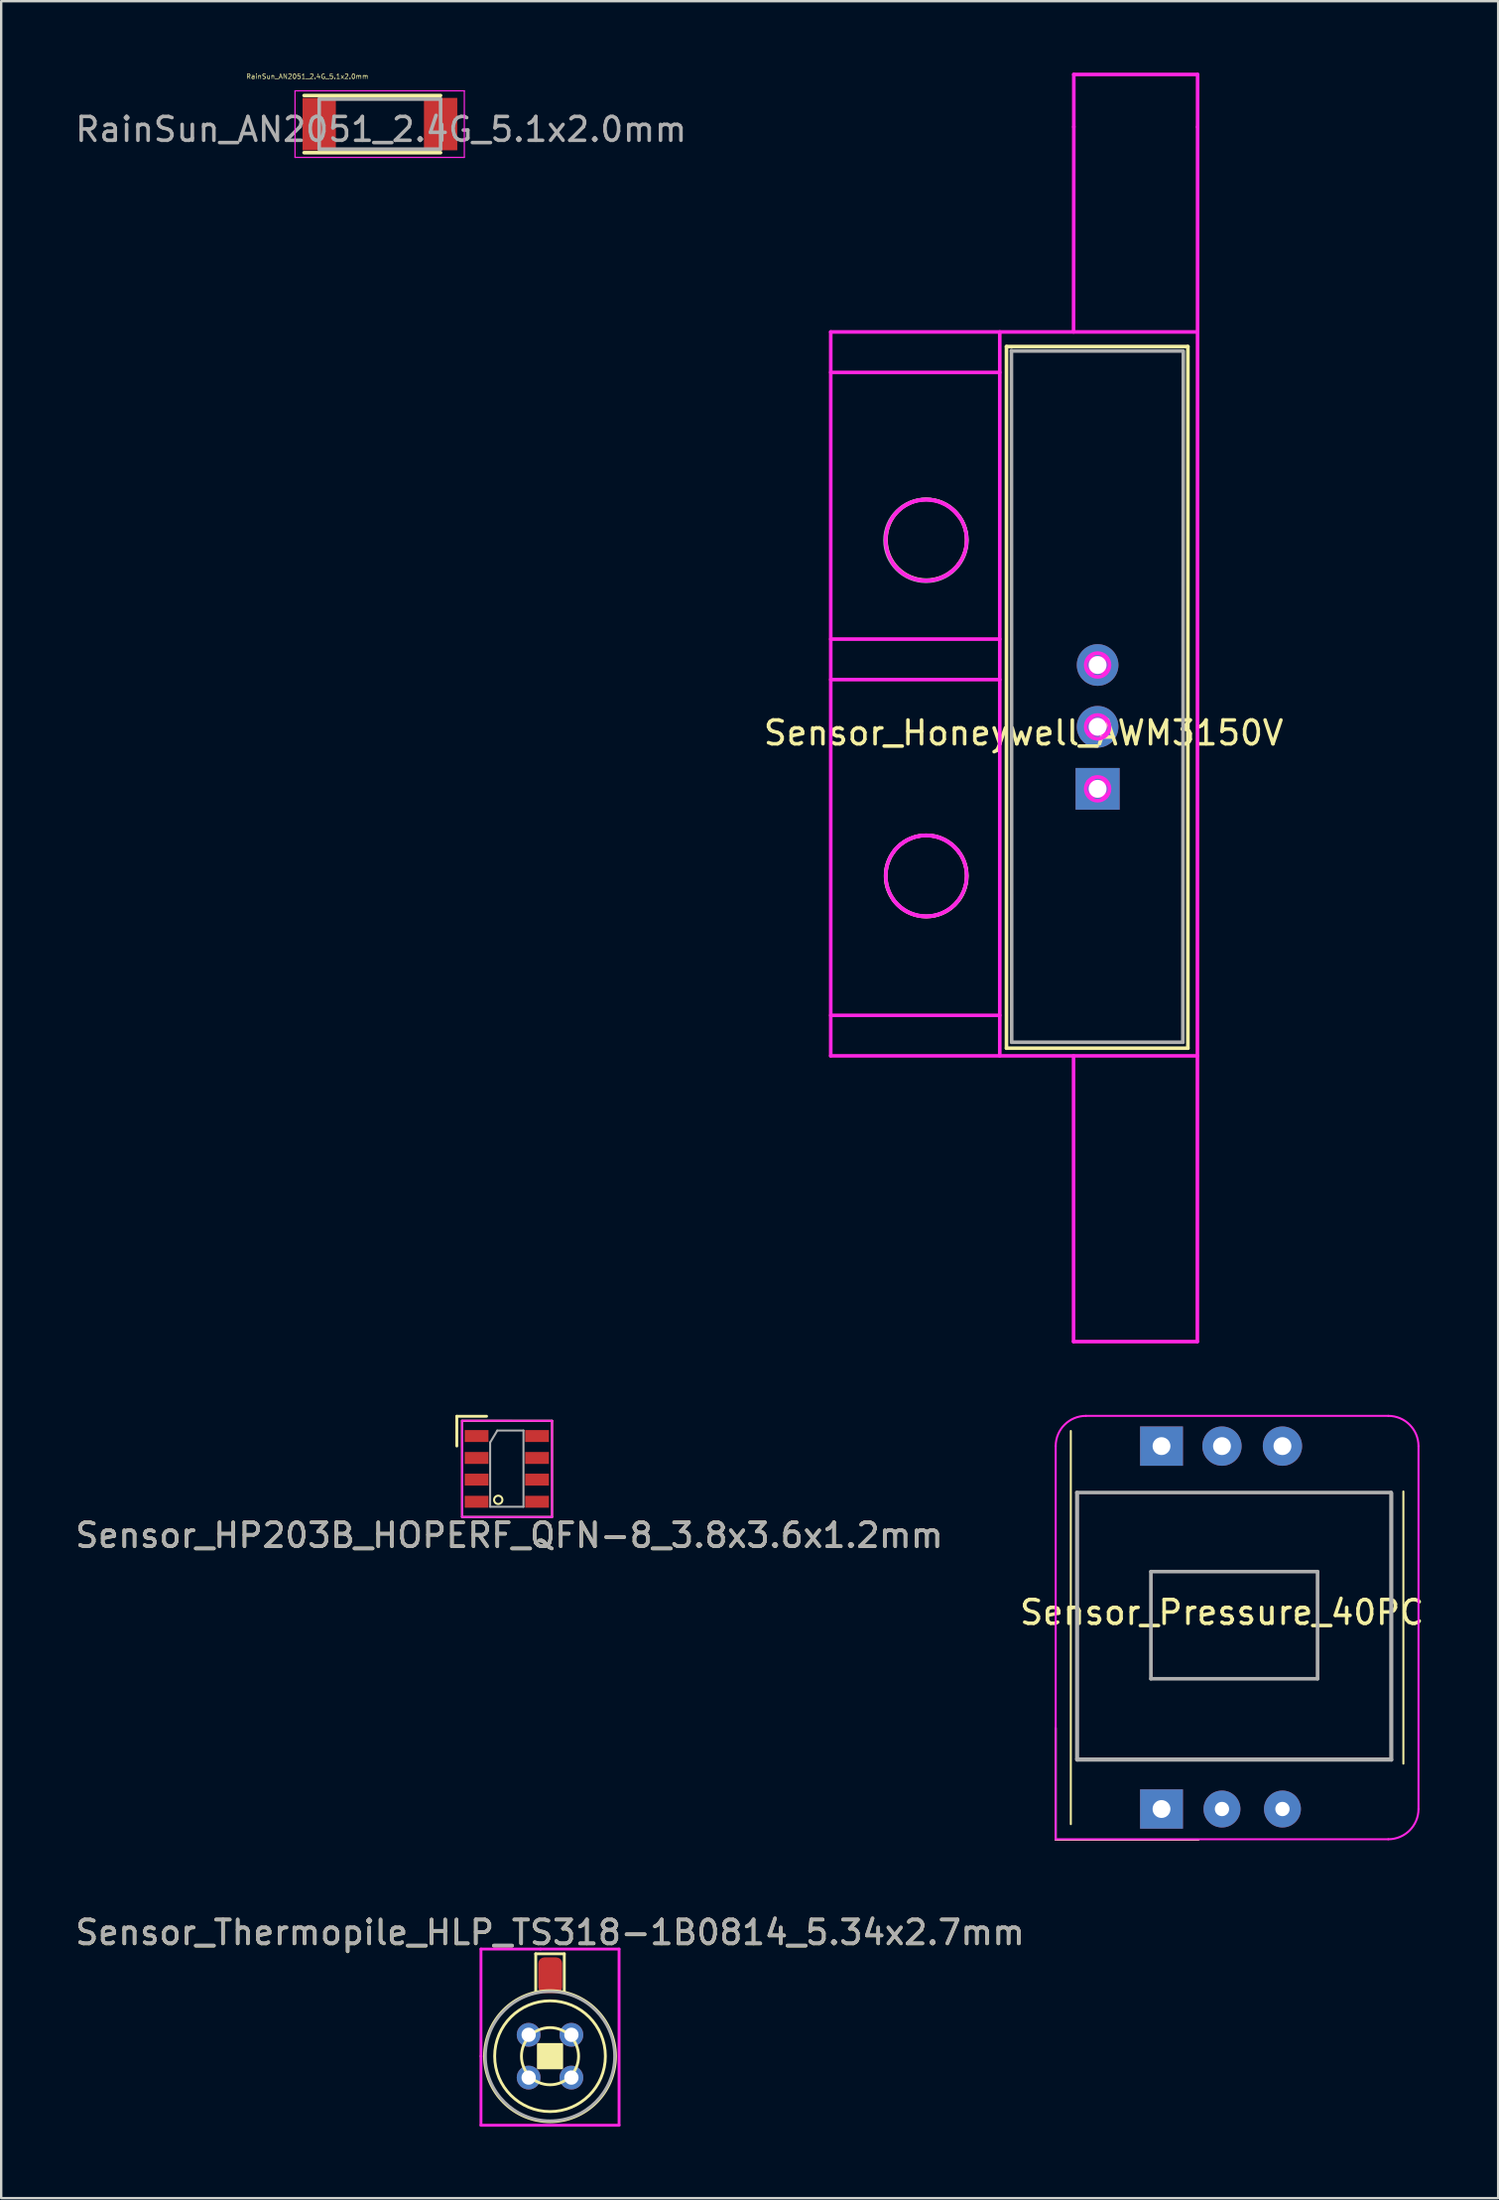
<source format=kicad_pcb>
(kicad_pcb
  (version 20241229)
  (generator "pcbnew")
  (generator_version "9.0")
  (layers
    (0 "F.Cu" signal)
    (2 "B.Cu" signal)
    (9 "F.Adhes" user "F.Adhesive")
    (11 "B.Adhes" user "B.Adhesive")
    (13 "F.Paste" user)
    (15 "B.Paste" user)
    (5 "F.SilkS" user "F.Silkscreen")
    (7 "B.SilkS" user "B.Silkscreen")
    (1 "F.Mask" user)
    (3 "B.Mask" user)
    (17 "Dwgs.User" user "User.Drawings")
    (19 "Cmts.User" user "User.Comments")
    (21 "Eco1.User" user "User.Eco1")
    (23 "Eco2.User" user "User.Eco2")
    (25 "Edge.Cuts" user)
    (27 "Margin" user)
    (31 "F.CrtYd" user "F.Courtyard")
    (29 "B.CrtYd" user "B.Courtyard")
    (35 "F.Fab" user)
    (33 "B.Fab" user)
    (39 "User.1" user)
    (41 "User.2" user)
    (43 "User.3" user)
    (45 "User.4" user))
  (footprint "Sensor_Thermopile_HLP_TS318-1B0814_5.34x2.7mm"
    (layer "F.Cu")
    (at 20.054 83.298)
    (property "Reference" "Sensor_Thermopile_HLP_TS318-1B0814_5.34x2.7mm" (at 0 -5.19 0) (layer "F.SilkS") (effects (font (size 1 1) (thickness 0.15))))
    (attr through_hole)
    (fp_line (start -0.6 -4.3) (end 0.6 -4.3) (stroke (width 0.12) (type solid)) (layer "F.SilkS"))
    (fp_line (start -0.6 -2.7) (end -0.6 -4.3) (stroke (width 0.12) (type solid)) (layer "F.SilkS"))
    (fp_line (start 0.6 -4.3) (end 0.6 -2.7) (stroke (width 0.12) (type solid)) (layer "F.SilkS"))
    (fp_circle (center 0 0) (end 1.2 0) (stroke (width 0.12) (type solid)) (fill no) (layer "F.SilkS"))
    (fp_circle (center 0 0) (end 2.325 0) (stroke (width 0.12) (type solid)) (fill no) (layer "F.SilkS"))
    (fp_circle (center 0 0) (end 2.75 0) (stroke (width 0.12) (type solid)) (fill no) (layer "F.SilkS"))
    (fp_poly (pts (xy -0.5 -0.5) (xy -0.5 0.5) (xy 0.5 0.5) (xy 0.5 -0.5)) (stroke (width 0.1) (type solid)) (fill yes) (layer "F.SilkS"))
    (fp_line (start -2.9 -4.5) (end -2.9 0) (stroke (width 0.12) (type solid)) (layer "F.CrtYd"))
    (fp_line (start -2.9 0) (end -2.9 2.9) (stroke (width 0.12) (type solid)) (layer "F.CrtYd"))
    (fp_line (start -2.9 2.9) (end 2.9 2.9) (stroke (width 0.12) (type solid)) (layer "F.CrtYd"))
    (fp_line (start -0.4 -4.5) (end -2.9 -4.5) (stroke (width 0.12) (type solid)) (layer "F.CrtYd"))
    (fp_line (start 2.9 -4.5) (end -0.4 -4.5) (stroke (width 0.12) (type solid)) (layer "F.CrtYd"))
    (fp_line (start 2.9 2.9) (end 2.9 -4.5) (stroke (width 0.12) (type solid)) (layer "F.CrtYd"))
    (fp_circle (center 0 0) (end 2.715 0) (stroke (width 0.12) (type solid)) (fill no) (layer "F.Fab"))
    (fp_text user "${REFERENCE}" (at 0 -5.2 0) (layer "F.Fab") (effects (font (size 1 1) (thickness 0.15))))
    (pad "1" thru_hole circle (at -0.898 -0.898 315) (size 1 1) (drill 0.6) (layers "*.Cu" "*.Mask"))
    (pad "2" thru_hole circle (at -0.898 0.898 315) (size 1 1) (drill 0.6) (layers "*.Cu" "*.Mask"))
    (pad "3" thru_hole circle (at 0.898 0.898 315) (size 1 1) (drill 0.6) (layers "*.Cu" "*.Mask"))
    (pad "4" thru_hole circle (at 0.898 -0.898 315) (size 1 1) (drill 0.6) (layers "*.Cu" "*.Mask"))
    (pad "MP" smd roundrect (at 0.01 -3.4) (size 1 1.5) (layers "F.Cu" "F.Mask" "F.Paste") (roundrect_rratio 0.25)))
  (footprint "Sensor_Honeywell_AWM3150V"
    (layer "F.Cu")
    (at 39.736 27.759)
    (property "Reference" "Sensor_Honeywell_AWM3150V" (at 0.21 -0.03 0) (layer "F.SilkS") (effects (font (size 1 1) (thickness 0.15))))
    (attr through_hole)
    (fp_line (start -0.508 -16.256) (end 7.112 -16.256) (stroke (width 0.152) (type solid)) (layer "F.SilkS"))
    (fp_line (start -0.508 13.208) (end -0.508 -16.256) (stroke (width 0.152) (type solid)) (layer "F.SilkS"))
    (fp_line (start 7.112 -16.256) (end 7.112 13.208) (stroke (width 0.152) (type solid)) (layer "F.SilkS"))
    (fp_line (start 7.112 13.208) (end -0.508 13.208) (stroke (width 0.152) (type solid)) (layer "F.SilkS"))
    (fp_circle (center -3.88 5.976) (end -2.44 5.061) (stroke (width 0.152) (type solid)) (fill no) (layer "F.SilkS"))
    (fp_circle (center -3.875 -8.14) (end -2.485 -9.11) (stroke (width 0.152) (type solid)) (fill no) (layer "F.SilkS"))
    (fp_line (start -7.89 -16.87) (end 7.51 -16.87) (stroke (width 0.152) (type solid)) (layer "F.CrtYd"))
    (fp_line (start -7.89 -15.17) (end -0.79 -15.17) (stroke (width 0.152) (type solid)) (layer "F.CrtYd"))
    (fp_line (start -7.89 -3.97) (end -0.79 -3.97) (stroke (width 0.152) (type solid)) (layer "F.CrtYd"))
    (fp_line (start -7.89 -2.27) (end -0.79 -2.27) (stroke (width 0.152) (type solid)) (layer "F.CrtYd"))
    (fp_line (start -7.89 11.83) (end -0.79 11.83) (stroke (width 0.152) (type solid)) (layer "F.CrtYd"))
    (fp_line (start -7.89 13.53) (end -7.89 -16.87) (stroke (width 0.152) (type solid)) (layer "F.CrtYd"))
    (fp_line (start -0.79 13.53) (end -0.79 -16.87) (stroke (width 0.152) (type solid)) (layer "F.CrtYd"))
    (fp_line (start 2.31 -16.87) (end 2.32 -25.48) (stroke (width 0.152) (type solid)) (layer "F.CrtYd"))
    (fp_line (start 2.31 13.53) (end 2.31 25.53) (stroke (width 0.152) (type solid)) (layer "F.CrtYd"))
    (fp_line (start 2.32 -27.683) (end 7.52 -27.683) (stroke (width 0.152) (type solid)) (layer "F.CrtYd"))
    (fp_line (start 2.32 -25.483) (end 2.32 -27.683) (stroke (width 0.152) (type solid)) (layer "F.CrtYd"))
    (fp_line (start 3.02 -3.183) (end 3.02 -2.583) (stroke (width 0.152) (type solid)) (layer "F.CrtYd"))
    (fp_line (start 3.02 -2.583) (end 3.62 -2.583) (stroke (width 0.152) (type solid)) (layer "F.CrtYd"))
    (fp_line (start 3.02 -0.583) (end 3.02 0.017) (stroke (width 0.152) (type solid)) (layer "F.CrtYd"))
    (fp_line (start 3.02 0.017) (end 3.62 0.017) (stroke (width 0.152) (type solid)) (layer "F.CrtYd"))
    (fp_line (start 3.02 2.017) (end 3.02 2.617) (stroke (width 0.152) (type solid)) (layer "F.CrtYd"))
    (fp_line (start 3.02 2.617) (end 3.62 2.617) (stroke (width 0.152) (type solid)) (layer "F.CrtYd"))
    (fp_line (start 3.12 2.017) (end 3.12 1.86) (stroke (width 0.152) (type solid)) (layer "F.CrtYd"))
    (fp_line (start 3.62 -3.183) (end 3.02 -3.183) (stroke (width 0.152) (type solid)) (layer "F.CrtYd"))
    (fp_line (start 3.62 -2.583) (end 3.62 -3.183) (stroke (width 0.152) (type solid)) (layer "F.CrtYd"))
    (fp_line (start 3.62 -0.583) (end 3.02 -0.583) (stroke (width 0.152) (type solid)) (layer "F.CrtYd"))
    (fp_line (start 3.62 0.017) (end 3.62 -0.583) (stroke (width 0.152) (type solid)) (layer "F.CrtYd"))
    (fp_line (start 3.62 2.017) (end 2.92 2.017) (stroke (width 0.152) (type solid)) (layer "F.CrtYd"))
    (fp_line (start 3.62 2.617) (end 3.62 2.017) (stroke (width 0.152) (type solid)) (layer "F.CrtYd"))
    (fp_line (start 7.51 13.53) (end -7.89 13.53) (stroke (width 0.152) (type solid)) (layer "F.CrtYd"))
    (fp_line (start 7.51 25.53) (end 2.31 25.53) (stroke (width 0.152) (type solid)) (layer "F.CrtYd"))
    (fp_line (start 7.51 25.53) (end 7.52 -25.47) (stroke (width 0.152) (type solid)) (layer "F.CrtYd"))
    (fp_line (start 7.52 -25.483) (end 7.52 -27.683) (stroke (width 0.152) (type solid)) (layer "F.CrtYd"))
    (fp_arc (start -5.290051 -9.08429) (mid -3.89 -9.819999) (end -2.489949 -9.08429) (stroke (width 0.152) (type solid)) (layer "F.CrtYd"))
    (fp_arc (start -5.290051 5.01571) (mid -3.89 4.280001) (end -2.489949 5.01571) (stroke (width 0.152) (type solid)) (layer "F.CrtYd"))
    (fp_arc (start -2.489948 -7.155709) (mid -3.89 -6.419999) (end -5.290052 -7.15571) (stroke (width 0.152) (type solid)) (layer "F.CrtYd"))
    (fp_arc (start -2.489948 6.944291) (mid -3.89 7.680001) (end -5.290052 6.94429) (stroke (width 0.152) (type solid)) (layer "F.CrtYd"))
    (fp_circle (center -3.88 -8.133) (end -3.88 -9.833) (stroke (width 0.152) (type solid)) (fill no) (layer "F.CrtYd"))
    (fp_circle (center -3.88 5.967) (end -3.88 4.267) (stroke (width 0.152) (type solid)) (fill no) (layer "F.CrtYd"))
    (fp_circle (center 3.32 -2.883) (end 3.32 -3.383) (stroke (width 0.152) (type solid)) (fill no) (layer "F.CrtYd"))
    (fp_circle (center 3.32 -0.283) (end 3.32 -0.783) (stroke (width 0.152) (type solid)) (fill no) (layer "F.CrtYd"))
    (fp_circle (center 3.32 2.317) (end 3.32 1.817) (stroke (width 0.152) (type solid)) (fill no) (layer "F.CrtYd"))
    (fp_line (start -0.3 -16.07) (end 6.9 -16.07) (stroke (width 0.152) (type solid)) (layer "F.Fab"))
    (fp_line (start -0.29 12.96) (end -0.3 -16.09) (stroke (width 0.152) (type solid)) (layer "F.Fab"))
    (fp_line (start 6.9 12.96) (end -0.29 12.96) (stroke (width 0.152) (type solid)) (layer "F.Fab"))
    (fp_line (start 6.92 -16.06) (end 6.9 12.96) (stroke (width 0.152) (type solid)) (layer "F.Fab"))
    (fp_circle (center -3.89 -8.12) (end -2.52 -9.16) (stroke (width 0.152) (type solid)) (fill no) (layer "F.Fab"))
    (fp_circle (center -3.88 5.969) (end -2.29 5.369) (stroke (width 0.152) (type solid)) (fill no) (layer "F.Fab"))
    (pad "1" thru_hole rect (at 3.32 2.317) (size 1.85 1.75) (drill 0.75) (layers "*.Cu" "*.Mask"))
    (pad "2" thru_hole circle (at 3.32 -0.288) (size 1.75 1.75) (drill 0.75) (layers "*.Cu" "*.Mask"))
    (pad "3" thru_hole circle (at 3.32 -2.883) (size 1.75 1.75) (drill 0.75) (layers "*.Cu" "*.Mask")))
  (footprint "RainSun_AN2051_2.4G_5.1x2.0mm"
    (layer "F.Cu")
    (at 10.358 2.161)
    (property "Reference" "RainSun_AN2051_2.4G_5.1x2.0mm" (at -0.5 -2 0) (layer "F.SilkS") (effects (font (size 0.2 0.2) (thickness 0.025))))
    (attr smd)
    (fp_line (start -0.635 -1.2) (end 5.1 -1.2) (stroke (width 0.15) (type solid)) (layer "F.SilkS"))
    (fp_line (start -0.635 1.2) (end 5.1 1.2) (stroke (width 0.15) (type solid)) (layer "F.SilkS"))
    (fp_line (start -1.016 -1.397) (end -0.889 -1.397) (stroke (width 0.05) (type solid)) (layer "F.CrtYd"))
    (fp_line (start -1.016 1.397) (end -1.016 -1.397) (stroke (width 0.05) (type solid)) (layer "F.CrtYd"))
    (fp_line (start -0.889 -1.397) (end 6.096 -1.397) (stroke (width 0.05) (type solid)) (layer "F.CrtYd"))
    (fp_line (start 6.096 -1.397) (end 6.096 1.397) (stroke (width 0.05) (type solid)) (layer "F.CrtYd"))
    (fp_line (start 6.096 1.397) (end -1.016 1.397) (stroke (width 0.05) (type solid)) (layer "F.CrtYd"))
    (fp_line (start 0 -1.05) (end 0 1.05) (stroke (width 0.15) (type solid)) (layer "F.Fab"))
    (fp_line (start 0 -1.05) (end 5.1 -1.05) (stroke (width 0.15) (type solid)) (layer "F.Fab"))
    (fp_line (start 0 1.05) (end 5.1 1.05) (stroke (width 0.15) (type solid)) (layer "F.Fab"))
    (fp_line (start 5.1 -1.05) (end 5.1 1.05) (stroke (width 0.15) (type solid)) (layer "F.Fab"))
    (fp_text user "${REFERENCE}" (at 2.6 0.225 0) (layer "F.Fab") (effects (font (size 1 1) (thickness 0.15))))
    (pad "1" smd rect (at 0 0) (size 1.4 2.2) (layers "F.Cu" "F.Mask" "F.Paste"))
    (pad "2" smd rect (at 5.1 0) (size 1.4 2.2) (layers "F.Cu" "F.Mask" "F.Paste")))
  (footprint "Sensor_HP203B_HOPERF_QFN-8_3.8x3.6x1.2mm"
    (layer "F.Cu")
    (at 18.239 58.525)
    (property "Reference" "Sensor_HP203B_HOPERF_QFN-8_3.8x3.6x1.2mm" (at 0.1 2.9 0) (layer "F.SilkS") (effects (font (size 1 1) (thickness 0.15))))
    (attr smd)
    (fp_line (start -2.1 -2.1) (end -2.1 -0.85) (stroke (width 0.12) (type solid)) (layer "F.SilkS"))
    (fp_line (start -1.88 -1.91) (end 1.9 -1.91) (stroke (width 0.085) (type solid)) (layer "F.SilkS"))
    (fp_line (start -1.88 2.13) (end -1.88 -1.91) (stroke (width 0.085) (type solid)) (layer "F.SilkS"))
    (fp_line (start -0.85 -2.1) (end -2.1 -2.1) (stroke (width 0.12) (type solid)) (layer "F.SilkS"))
    (fp_line (start 1.9 -1.91) (end 1.9 2.13) (stroke (width 0.085) (type solid)) (layer "F.SilkS"))
    (fp_line (start 1.9 2.13) (end -1.88 2.13) (stroke (width 0.085) (type solid)) (layer "F.SilkS"))
    (fp_circle (center -0.36 1.41) (end -0.27 1.26) (stroke (width 0.085) (type solid)) (fill no) (layer "F.SilkS"))
    (fp_line (start -1.88 2.13) (end -1.88 -1.91) (stroke (width 0.085) (type solid)) (layer "F.CrtYd"))
    (fp_line (start -1.87 -1.915) (end 1.905 -1.91) (stroke (width 0.085) (type solid)) (layer "F.CrtYd"))
    (fp_line (start 1.9 -1.9) (end 1.9 2.13) (stroke (width 0.085) (type solid)) (layer "F.CrtYd"))
    (fp_line (start 1.9 2.13) (end -1.88 2.13) (stroke (width 0.085) (type solid)) (layer "F.CrtYd"))
    (fp_line (start -0.7 -1) (end -0.4 -1.5) (stroke (width 0.085) (type solid)) (layer "F.Fab"))
    (fp_line (start -0.7 1.7) (end -0.7 -1) (stroke (width 0.085) (type solid)) (layer "F.Fab"))
    (fp_line (start -0.4 -1.5) (end 0.7 -1.5) (stroke (width 0.085) (type solid)) (layer "F.Fab"))
    (fp_line (start 0.7 -1.5) (end 0.7 1.7) (stroke (width 0.085) (type solid)) (layer "F.Fab"))
    (fp_line (start 0.7 1.7) (end -0.7 1.7) (stroke (width 0.085) (type solid)) (layer "F.Fab"))
    (fp_text user "${REFERENCE}" (at 0.1 2.9 0) (layer "F.Fab") (effects (font (size 1 1) (thickness 0.15))))
    (pad "1" smd rect (at -1.27 -1.27 90) (size 0.5 1) (layers "F.Cu" "F.Mask" "F.Paste"))
    (pad "2" smd rect (at -1.27 -0.35 90) (size 0.5 1) (layers "F.Cu" "F.Mask" "F.Paste"))
    (pad "3" smd rect (at -1.27 0.56 90) (size 0.5 1) (layers "F.Cu" "F.Mask" "F.Paste"))
    (pad "4" smd rect (at -1.27 1.49 90) (size 0.5 1) (layers "F.Cu" "F.Mask" "F.Paste"))
    (pad "5" smd rect (at 1.27 1.49 270) (size 0.5 1) (layers "F.Cu" "F.Mask" "F.Paste"))
    (pad "6" smd rect (at 1.27 0.56 90) (size 0.5 1) (layers "F.Cu" "F.Mask" "F.Paste"))
    (pad "7" smd rect (at 1.27 -0.35 90) (size 0.5 1) (layers "F.Cu" "F.Mask" "F.Paste"))
    (pad "8" smd rect (at 1.27 -1.27 90) (size 0.5 1) (layers "F.Cu" "F.Mask" "F.Paste")))
  (footprint "Sensor_Pressure_40PC"
    (layer "F.Cu")
    (at 48.915 65.298)
    (property "Reference" "Sensor_Pressure_40PC" (at -0.635 -0.635 180) (layer "F.SilkS") (effects (font (size 1 1) (thickness 0.15))))
    (attr through_hole)
    (fp_line (start -7.62 4.22) (end -7.62 8.91) (stroke (width 0.085) (type solid)) (layer "F.SilkS"))
    (fp_line (start -7.62 8.91) (end -1.62 8.91) (stroke (width 0.085) (type solid)) (layer "F.SilkS"))
    (fp_line (start -6.985 -8.255) (end -6.985 8.255) (stroke (width 0.085) (type solid)) (layer "F.SilkS"))
    (fp_line (start 6.985 5.715) (end 6.985 -5.715) (stroke (width 0.085) (type solid)) (layer "F.SilkS"))
    (fp_line (start -7.62 8.89) (end -7.62 -7.62) (stroke (width 0.085) (type solid)) (layer "F.CrtYd"))
    (fp_line (start -6.35 -8.89) (end 6.35 -8.89) (stroke (width 0.085) (type solid)) (layer "F.CrtYd"))
    (fp_line (start 6.35 8.89) (end -7.62 8.89) (stroke (width 0.085) (type solid)) (layer "F.CrtYd"))
    (fp_line (start 7.62 -7.62) (end 7.62 7.62) (stroke (width 0.085) (type solid)) (layer "F.CrtYd"))
    (fp_arc (start -7.62 -7.62) (mid -7.248026 -8.518026) (end -6.35 -8.89) (stroke (width 0.085) (type solid)) (layer "F.CrtYd"))
    (fp_arc (start 6.35 -8.89) (mid 7.248026 -8.518026) (end 7.62 -7.62) (stroke (width 0.085) (type solid)) (layer "F.CrtYd"))
    (fp_arc (start 7.62 7.62) (mid 7.248026 8.518026) (end 6.35 8.89) (stroke (width 0.085) (type solid)) (layer "F.CrtYd"))
    (fp_line (start -6.73 -5.67) (end -6.73 5.53) (stroke (width 0.152) (type solid)) (layer "F.Fab"))
    (fp_line (start -6.73 5.53) (end 6.47 5.53) (stroke (width 0.152) (type solid)) (layer "F.Fab"))
    (fp_line (start -6.715 -5.645) (end -6.715 5.555) (stroke (width 0.152) (type solid)) (layer "F.Fab"))
    (fp_line (start -6.715 5.555) (end 6.485 5.555) (stroke (width 0.152) (type solid)) (layer "F.Fab"))
    (fp_line (start -3.62 -2.35) (end -3.62 2.15) (stroke (width 0.152) (type solid)) (layer "F.Fab"))
    (fp_line (start -3.62 2.15) (end 3.38 2.15) (stroke (width 0.152) (type solid)) (layer "F.Fab"))
    (fp_line (start 3.38 -2.35) (end -3.62 -2.35) (stroke (width 0.152) (type solid)) (layer "F.Fab"))
    (fp_line (start 3.38 2.15) (end 3.38 -2.35) (stroke (width 0.152) (type solid)) (layer "F.Fab"))
    (fp_line (start 6.47 -5.67) (end -6.73 -5.67) (stroke (width 0.152) (type solid)) (layer "F.Fab"))
    (fp_line (start 6.47 5.53) (end 6.47 -5.67) (stroke (width 0.152) (type solid)) (layer "F.Fab"))
    (fp_line (start 6.485 5.555) (end 6.485 -5.645) (stroke (width 0.152) (type solid)) (layer "F.Fab"))
    (pad "1" thru_hole rect (at -3.175 7.62 180) (size 1.8 1.65) (drill 0.75) (layers "*.Cu" "*.Mask"))
    (pad "2" thru_hole circle (at -0.635 7.62 180) (size 1.55 1.55) (drill 0.6) (layers "*.Cu" "*.Mask"))
    (pad "3" thru_hole circle (at 1.905 7.62 180) (size 1.55 1.55) (drill 0.6) (layers "*.Cu" "*.Mask"))
    (pad "4" thru_hole circle (at 1.905 -7.62 180) (size 1.65 1.65) (drill 0.75) (layers "*.Cu" "*.Mask"))
    (pad "5" thru_hole circle (at -0.635 -7.62 180) (size 1.65 1.65) (drill 0.75) (layers "*.Cu" "*.Mask"))
    (pad "6" thru_hole rect (at -3.175 -7.62 180) (size 1.8 1.65) (drill 0.75) (layers "*.Cu" "*.Mask")))
  (gr_rect
    (start -3 -3)
    (end 59.881 89.258)
    (stroke (width 0.1) (type default))
    (fill no)
    (layer "Edge.Cuts")))
</source>
